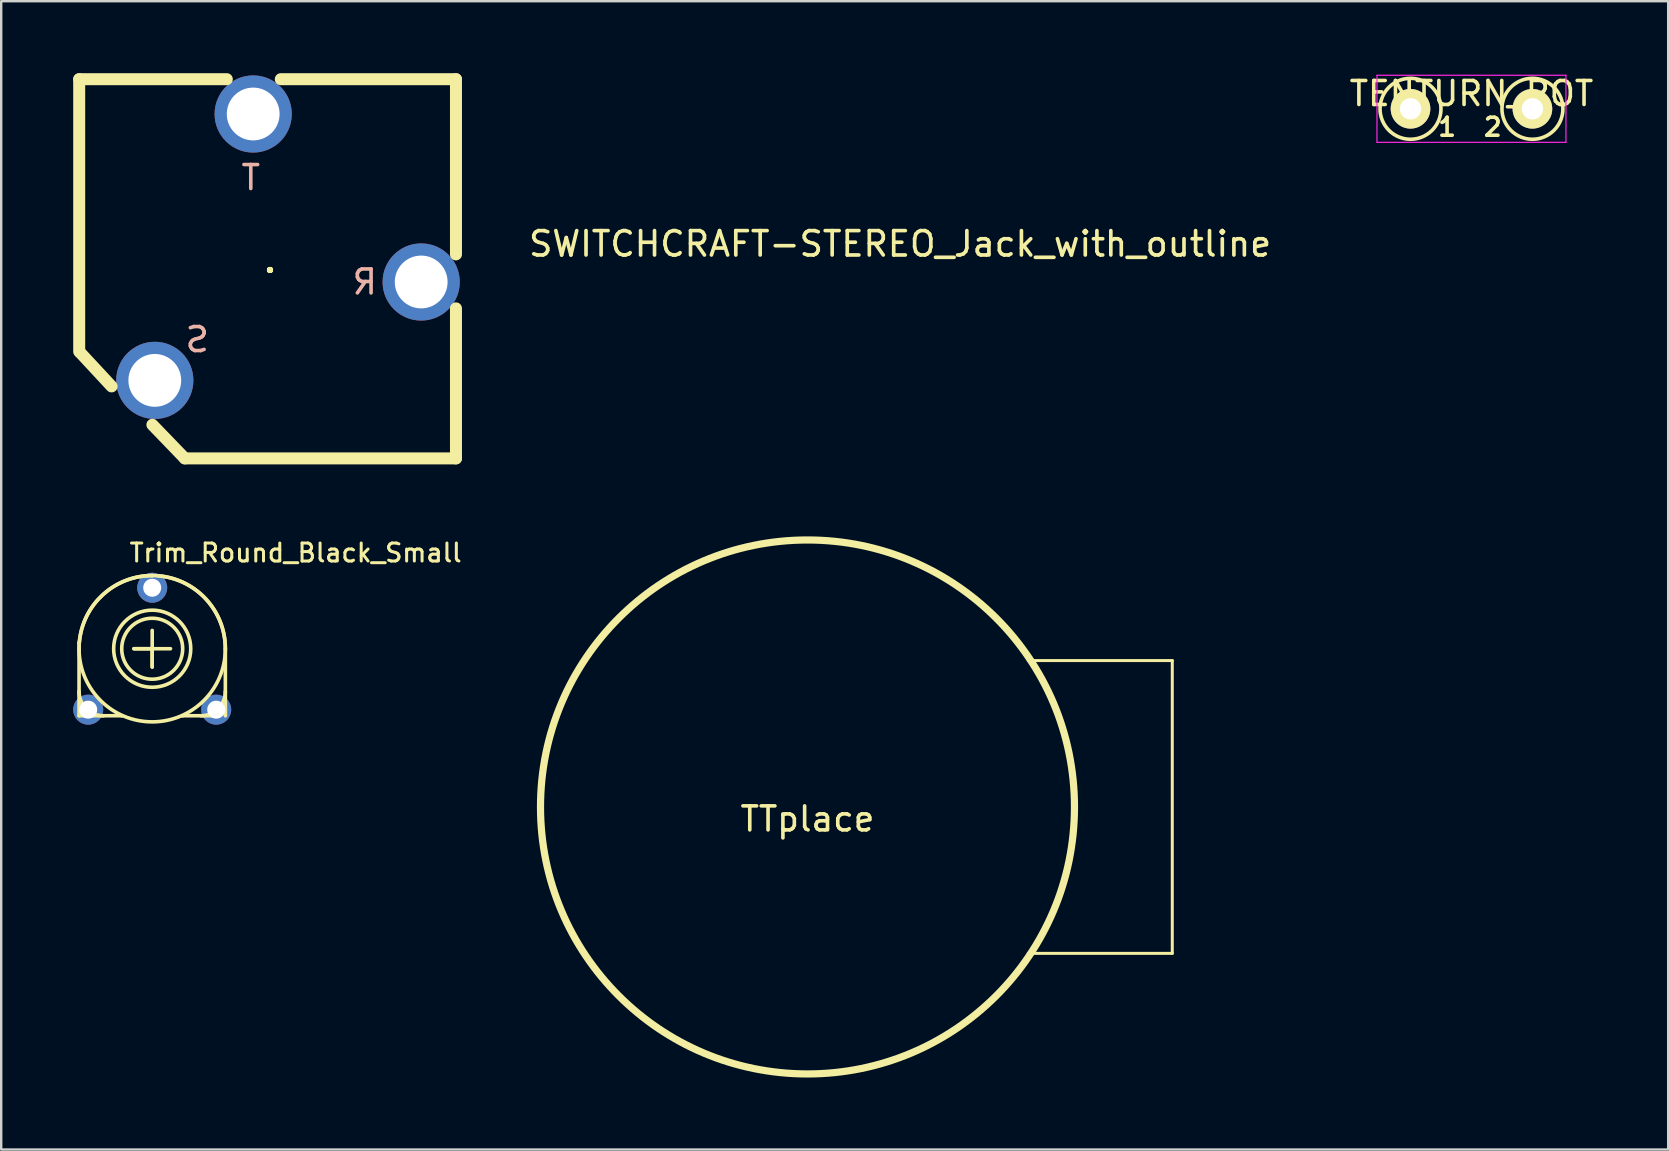
<source format=kicad_pcb>
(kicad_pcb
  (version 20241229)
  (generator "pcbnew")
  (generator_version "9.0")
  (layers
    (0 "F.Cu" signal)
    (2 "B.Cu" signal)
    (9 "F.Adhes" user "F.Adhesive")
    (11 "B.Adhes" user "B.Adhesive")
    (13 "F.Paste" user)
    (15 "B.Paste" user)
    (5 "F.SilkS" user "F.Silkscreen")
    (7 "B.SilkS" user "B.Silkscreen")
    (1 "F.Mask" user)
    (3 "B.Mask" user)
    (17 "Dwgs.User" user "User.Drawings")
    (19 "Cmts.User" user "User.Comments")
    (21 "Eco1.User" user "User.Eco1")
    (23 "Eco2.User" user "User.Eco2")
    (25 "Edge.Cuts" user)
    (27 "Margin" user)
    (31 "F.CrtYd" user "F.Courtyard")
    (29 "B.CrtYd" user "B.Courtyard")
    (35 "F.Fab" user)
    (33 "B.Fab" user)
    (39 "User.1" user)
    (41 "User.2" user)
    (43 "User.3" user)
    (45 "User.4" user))
  (footprint "TTplace"
    (layer "F.Cu")
    (at 30.597 30.575)
    (property "Reference" "TTplace" (at 0 0.5 0) (layer "F.SilkS") (effects (font (size 1 1) (thickness 0.15))))
    (attr through_hole)
    (fp_line (start 9.2 -6.1) (end 15.2 -6.1) (stroke (width 0.125) (type solid)) (layer "F.SilkS"))
    (fp_line (start 15.2 6.1) (end 9.2 6.1) (stroke (width 0.125) (type solid)) (layer "F.SilkS"))
    (fp_line (start 15.2 6.1) (end 15.2 -6.1) (stroke (width 0.125) (type solid)) (layer "F.SilkS"))
    (fp_circle (center 0 0) (end 11.125 0) (stroke (width 0.3) (type solid)) (fill no) (layer "F.SilkS")))
  (footprint "Trim_Round_Black_Small"
    (layer "F.Cu")
    (at 3.292 23.981)
    (property "Reference" "Trim_Round_Black_Small" (at -1.016 -3.556 0) (layer "F.SilkS") (effects (font (size 0.75 0.75) (thickness 0.125)) (justify left bottom)))
    (attr through_hole)
    (fp_line (start -3.048 2.794) (end -3.048 -0.254) (stroke (width 0.15) (type solid)) (layer "F.SilkS"))
    (fp_line (start -3.048 2.794) (end -1.27 2.794) (stroke (width 0.15) (type solid)) (layer "F.SilkS"))
    (fp_line (start -1.27 2.794) (end -1.27 2.794) (stroke (width 0.15) (type solid)) (layer "F.SilkS"))
    (fp_line (start -0.762 0) (end 0.762 0) (stroke (width 0.15) (type solid)) (layer "F.SilkS"))
    (fp_line (start 0 -0.762) (end 0 0.762) (stroke (width 0.15) (type solid)) (layer "F.SilkS"))
    (fp_line (start 0 0) (end -0.762 0) (stroke (width 0.15) (type solid)) (layer "F.SilkS"))
    (fp_line (start 0 0.762) (end 0 0) (stroke (width 0.15) (type solid)) (layer "F.SilkS"))
    (fp_line (start 1.27 2.794) (end 1.27 2.794) (stroke (width 0.15) (type solid)) (layer "F.SilkS"))
    (fp_line (start 2.794 2.794) (end 1.27 2.794) (stroke (width 0.15) (type solid)) (layer "F.SilkS"))
    (fp_line (start 3.048 0) (end 3.048 2.54) (stroke (width 0.15) (type solid)) (layer "F.SilkS"))
    (fp_line (start 3.048 2.54) (end 3.048 2.794) (stroke (width 0.15) (type solid)) (layer "F.SilkS"))
    (fp_arc (start -3.037471 -0.253123) (mid -2.063829 -2.242969) (end 0 -3.048) (stroke (width 0.15) (type solid)) (layer "F.SilkS"))
    (fp_arc (start -2.032 2.794) (mid -2.75042 2.49642) (end -3.048 1.778) (stroke (width 0.15) (type solid)) (layer "F.SilkS"))
    (fp_arc (start 0 -3.048) (mid 2.155261 -2.155261) (end 3.048 0) (stroke (width 0.15) (type solid)) (layer "F.SilkS"))
    (fp_arc (start 0.253123 -3.037471) (mid -0.126671 3.045366) (end 0 -3.048) (stroke (width 0.15) (type solid)) (layer "F.SilkS"))
    (fp_arc (start 3.048 1.778) (mid 2.75042 2.49642) (end 2.032 2.794) (stroke (width 0.15) (type solid)) (layer "F.SilkS"))
    (fp_circle (center 0 0) (end 0.508 1.524) (stroke (width 0.15) (type solid)) (fill no) (layer "F.SilkS"))
    (fp_circle (center 0 0) (end 0.762 1.016) (stroke (width 0.15) (type solid)) (fill no) (layer "F.SilkS"))
    (pad "1" thru_hole circle (at -2.667 2.54) (size 1.25 1.25) (drill 0.75) (layers "*.Cu" "*.Mask"))
    (pad "2" thru_hole circle (at 0 -2.54) (size 1.25 1.25) (drill 0.75) (layers "*.Cu" "*.Mask"))
    (pad "3" thru_hole circle (at 2.667 2.54) (size 1.25 1.25) (drill 0.75) (layers "*.Cu" "*.Mask")))
  (footprint "TENTURN_POT"
    (layer "F.Cu")
    (at 58.264 1.483)
    (property "Reference" "TENTURN_POT" (at 0 -0.635 0) (layer "F.SilkS") (effects (font (size 1 1) (thickness 0.15))))
    (attr through_hole)
    (fp_circle (center -2.54 0) (end -2.54 -1.27) (stroke (width 0.15) (type solid)) (fill no) (layer "F.SilkS"))
    (fp_circle (center 2.54 0) (end 2.54 -1.27) (stroke (width 0.15) (type solid)) (fill no) (layer "F.SilkS"))
    (fp_line (start -3.937 -1.397) (end 3.937 -1.397) (stroke (width 0.05) (type solid)) (layer "F.CrtYd"))
    (fp_line (start -3.937 1.397) (end -3.937 -1.397) (stroke (width 0.05) (type solid)) (layer "F.CrtYd"))
    (fp_line (start 3.937 -1.397) (end 3.937 1.397) (stroke (width 0.05) (type solid)) (layer "F.CrtYd"))
    (fp_line (start 3.937 1.397) (end -3.937 1.397) (stroke (width 0.05) (type solid)) (layer "F.CrtYd"))
    (fp_text user "2" (at 0.889 0.762 0) (layer "F.SilkS") (effects (font (size 0.75 0.75) (thickness 0.15))))
    (fp_text user "1" (at -1.016 0.762 0) (layer "F.SilkS") (effects (font (size 0.75 0.75) (thickness 0.15))))
    (pad "1" thru_hole circle (at -2.54 0) (size 1.651 1.651) (drill 0.889) (layers "*.Cu" "*.Mask" "F.SilkS"))
    (pad "2" thru_hole circle (at 2.54 0) (size 1.651 1.651) (drill 0.889) (layers "*.Cu" "*.Mask" "F.SilkS")))
  (footprint "SWITCHCRAFT-STEREO_Jack_with_outline"
    (layer "F.Cu")
    (at 8.2 8.2)
    (property "Reference" "SWITCHCRAFT-STEREO_Jack_with_outline" (at 10.698 -0.493 0) (layer "F.SilkS") (effects (font (size 1.016 1.016) (thickness 0.152)) (justify left bottom)))
    (attr through_hole)
    (fp_line (start -7.95 -7.95) (end -1.8 -7.95) (stroke (width 0.5) (type solid)) (layer "F.SilkS"))
    (fp_line (start -7.95 3.4) (end -7.95 -7.95) (stroke (width 0.5) (type solid)) (layer "F.SilkS"))
    (fp_line (start -6.6 4.85) (end -7.9 3.45) (stroke (width 0.5) (type solid)) (layer "F.SilkS"))
    (fp_line (start -3.55 7.85) (end -4.9 6.45) (stroke (width 0.5) (type solid)) (layer "F.SilkS"))
    (fp_line (start 0 0) (end 0 0) (stroke (width 0.127) (type solid)) (layer "F.SilkS"))
    (fp_line (start 0 0) (end 0 0) (stroke (width 0.127) (type solid)) (layer "F.SilkS"))
    (fp_line (start 0 0) (end 0 0) (stroke (width 0.127) (type solid)) (layer "F.SilkS"))
    (fp_line (start 0 0) (end 0 0) (stroke (width 0.127) (type solid)) (layer "F.SilkS"))
    (fp_line (start 0 0) (end 0 0) (stroke (width 0.127) (type solid)) (layer "F.SilkS"))
    (fp_line (start 0 0) (end 0 0) (stroke (width 0.127) (type solid)) (layer "F.SilkS"))
    (fp_line (start 0 0) (end 0 0) (stroke (width 0.127) (type solid)) (layer "F.SilkS"))
    (fp_line (start 0 0) (end 0 0) (stroke (width 0.127) (type solid)) (layer "F.SilkS"))
    (fp_line (start 0 0) (end 0 0) (stroke (width 0.127) (type solid)) (layer "F.SilkS"))
    (fp_line (start 0 0) (end 0 0) (stroke (width 0.127) (type solid)) (layer "F.SilkS"))
    (fp_line (start 0 0) (end 0 0) (stroke (width 0.127) (type solid)) (layer "F.SilkS"))
    (fp_line (start 0 0) (end 0 0) (stroke (width 0.127) (type solid)) (layer "F.SilkS"))
    (fp_line (start 0.45 -7.95) (end 7.75 -7.95) (stroke (width 0.5) (type solid)) (layer "F.SilkS"))
    (fp_line (start 7.75 -7.95) (end 7.75 -0.65) (stroke (width 0.5) (type solid)) (layer "F.SilkS"))
    (fp_line (start 7.75 1.6) (end 7.75 7.85) (stroke (width 0.5) (type solid)) (layer "F.SilkS"))
    (fp_line (start 7.75 7.85) (end -3.55 7.85) (stroke (width 0.5) (type solid)) (layer "F.SilkS"))
    (fp_arc (start 0 0) (mid 0 0) (end 0 0) (stroke (width 0.127) (type solid)) (layer "F.SilkS"))
    (fp_arc (start 0 0) (mid 0 0) (end 0 0) (stroke (width 0.127) (type solid)) (layer "F.SilkS"))
    (fp_arc (start 0 0) (mid 0 0) (end 0 0) (stroke (width 0.127) (type solid)) (layer "F.SilkS"))
    (fp_arc (start 0 0) (mid 0 0) (end 0 0) (stroke (width 0.127) (type solid)) (layer "F.SilkS"))
    (fp_arc (start 0 0) (mid 0 0) (end 0 0) (stroke (width 0.127) (type solid)) (layer "F.SilkS"))
    (fp_circle (center 0 0) (end 0 0) (stroke (width 0.127) (type solid)) (fill no) (layer "F.SilkS"))
    (fp_circle (center 0 0) (end 0 0) (stroke (width 0.127) (type solid)) (fill no) (layer "F.SilkS"))
    (fp_text user "R" (at 3.95 0.5 0) (layer "B.SilkS") (effects (font (size 1 1) (thickness 0.15)) (justify mirror)))
    (fp_text user "S" (at -3.032 2.902 0) (layer "B.SilkS") (effects (font (size 1 1) (thickness 0.15)) (justify mirror)))
    (fp_text user "T" (at -0.8 -3.85 0) (layer "B.SilkS") (effects (font (size 1 1) (thickness 0.15)) (justify mirror)))
    (pad "1" thru_hole circle (at -4.8 4.6 270) (size 3.216 3.216) (drill 2.2) (layers "*.Cu" "*.Mask"))
    (pad "2" thru_hole circle (at -0.7 -6.5 270) (size 3.216 3.216) (drill 2.2) (layers "*.Cu" "*.Mask"))
    (pad "3" thru_hole circle (at 6.3 0.5 270) (size 3.216 3.216) (drill 2.2) (layers "*.Cu" "*.Mask")))
  (gr_rect
    (start -3 -3)
    (end 66.461 44.85)
    (stroke (width 0.1) (type default))
    (fill no)
    (layer "Edge.Cuts")))
</source>
